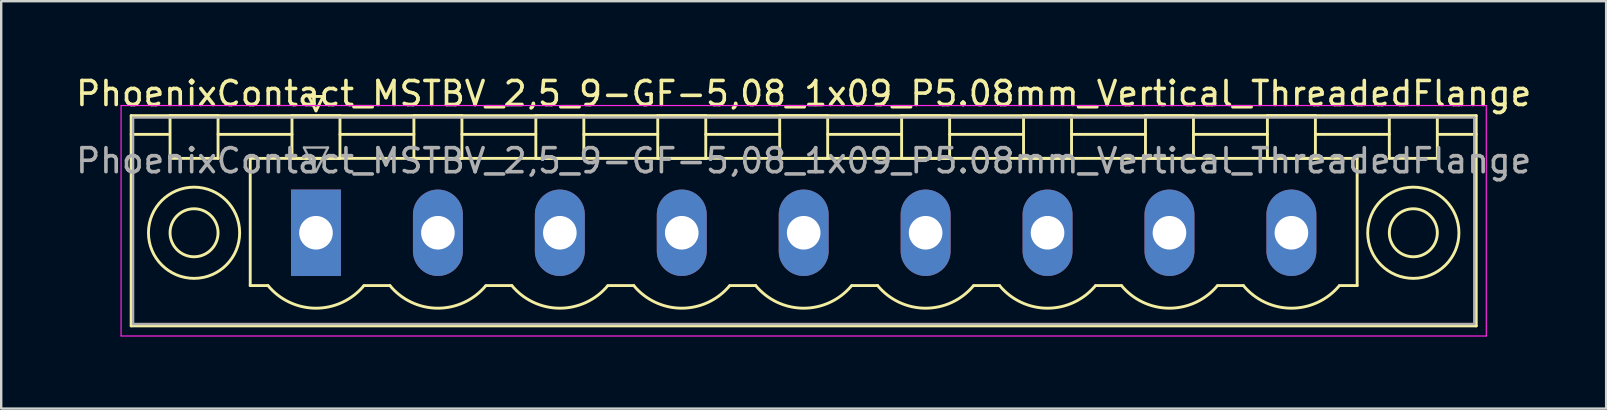
<source format=kicad_pcb>
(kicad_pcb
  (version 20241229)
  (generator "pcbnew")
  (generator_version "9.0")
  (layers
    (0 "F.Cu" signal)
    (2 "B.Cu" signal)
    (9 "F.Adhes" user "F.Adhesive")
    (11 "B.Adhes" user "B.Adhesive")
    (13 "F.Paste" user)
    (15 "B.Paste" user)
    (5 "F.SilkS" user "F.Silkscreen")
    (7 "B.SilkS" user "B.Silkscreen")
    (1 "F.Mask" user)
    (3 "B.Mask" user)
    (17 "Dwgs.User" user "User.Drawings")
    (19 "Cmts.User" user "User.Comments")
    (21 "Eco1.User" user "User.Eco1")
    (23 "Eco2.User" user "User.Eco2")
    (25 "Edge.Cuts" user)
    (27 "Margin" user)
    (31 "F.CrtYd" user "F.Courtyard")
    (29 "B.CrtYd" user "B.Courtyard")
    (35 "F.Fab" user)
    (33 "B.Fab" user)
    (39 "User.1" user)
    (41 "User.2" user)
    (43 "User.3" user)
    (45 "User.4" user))
  (footprint "PhoenixContact_MSTBV_2,5_9-GF-5,08_1x09_P5.08mm_Vertical_ThreadedFlange"
    (layer "F.Cu")
    (at 10.115 6.648)
    (property "Reference" "PhoenixContact_MSTBV_2,5_9-GF-5,08_1x09_P5.08mm_Vertical_ThreadedFlange" (at 20.32 -5.8 0) (layer "F.SilkS") (effects (font (size 1 1) (thickness 0.15))))
    (attr through_hole)
    (fp_line (start -7.7 -4.88) (end -7.7 3.88) (stroke (width 0.12) (type solid)) (layer "F.SilkS"))
    (fp_line (start -7.7 -4.1) (end -6.16 -4.1) (stroke (width 0.12) (type solid)) (layer "F.SilkS"))
    (fp_line (start -7.7 3.88) (end 48.34 3.88) (stroke (width 0.12) (type solid)) (layer "F.SilkS"))
    (fp_line (start -6.08 -4.88) (end -4.08 -4.88) (stroke (width 0.12) (type solid)) (layer "F.SilkS"))
    (fp_line (start -6.08 -3.1) (end -6.08 -4.88) (stroke (width 0.12) (type solid)) (layer "F.SilkS"))
    (fp_line (start -4.08 -4.88) (end -4.08 -3.1) (stroke (width 0.12) (type solid)) (layer "F.SilkS"))
    (fp_line (start -4.08 -4.1) (end -1 -4.1) (stroke (width 0.12) (type solid)) (layer "F.SilkS"))
    (fp_line (start -4.08 -3.1) (end -6.08 -3.1) (stroke (width 0.12) (type solid)) (layer "F.SilkS"))
    (fp_line (start -2.74 -3.1) (end 43.38 -3.1) (stroke (width 0.12) (type solid)) (layer "F.SilkS"))
    (fp_line (start -2.74 2.2) (end -2.74 -3.1) (stroke (width 0.12) (type solid)) (layer "F.SilkS"))
    (fp_line (start -2 2.2) (end -2.74 2.2) (stroke (width 0.12) (type solid)) (layer "F.SilkS"))
    (fp_line (start -1 -4.88) (end 1 -4.88) (stroke (width 0.12) (type solid)) (layer "F.SilkS"))
    (fp_line (start -1 -3.1) (end -1 -4.88) (stroke (width 0.12) (type solid)) (layer "F.SilkS"))
    (fp_line (start -0.3 -5.68) (end 0.3 -5.68) (stroke (width 0.12) (type solid)) (layer "F.SilkS"))
    (fp_line (start 0 -5.08) (end -0.3 -5.68) (stroke (width 0.12) (type solid)) (layer "F.SilkS"))
    (fp_line (start 0.3 -5.68) (end 0 -5.08) (stroke (width 0.12) (type solid)) (layer "F.SilkS"))
    (fp_line (start 1 -4.88) (end 1 -3.1) (stroke (width 0.12) (type solid)) (layer "F.SilkS"))
    (fp_line (start 1 -4.1) (end 4.08 -4.1) (stroke (width 0.12) (type solid)) (layer "F.SilkS"))
    (fp_line (start 1 -3.1) (end -1 -3.1) (stroke (width 0.12) (type solid)) (layer "F.SilkS"))
    (fp_line (start 2 2.2) (end 3.08 2.2) (stroke (width 0.12) (type solid)) (layer "F.SilkS"))
    (fp_line (start 4.08 -4.88) (end 6.08 -4.88) (stroke (width 0.12) (type solid)) (layer "F.SilkS"))
    (fp_line (start 4.08 -3.1) (end 4.08 -4.88) (stroke (width 0.12) (type solid)) (layer "F.SilkS"))
    (fp_line (start 6.08 -4.88) (end 6.08 -3.1) (stroke (width 0.12) (type solid)) (layer "F.SilkS"))
    (fp_line (start 6.08 -4.1) (end 9.16 -4.1) (stroke (width 0.12) (type solid)) (layer "F.SilkS"))
    (fp_line (start 6.08 -3.1) (end 4.08 -3.1) (stroke (width 0.12) (type solid)) (layer "F.SilkS"))
    (fp_line (start 7.08 2.2) (end 8.16 2.2) (stroke (width 0.12) (type solid)) (layer "F.SilkS"))
    (fp_line (start 9.16 -4.88) (end 11.16 -4.88) (stroke (width 0.12) (type solid)) (layer "F.SilkS"))
    (fp_line (start 9.16 -3.1) (end 9.16 -4.88) (stroke (width 0.12) (type solid)) (layer "F.SilkS"))
    (fp_line (start 11.16 -4.88) (end 11.16 -3.1) (stroke (width 0.12) (type solid)) (layer "F.SilkS"))
    (fp_line (start 11.16 -4.1) (end 14.24 -4.1) (stroke (width 0.12) (type solid)) (layer "F.SilkS"))
    (fp_line (start 11.16 -3.1) (end 9.16 -3.1) (stroke (width 0.12) (type solid)) (layer "F.SilkS"))
    (fp_line (start 12.16 2.2) (end 13.24 2.2) (stroke (width 0.12) (type solid)) (layer "F.SilkS"))
    (fp_line (start 14.24 -4.88) (end 16.24 -4.88) (stroke (width 0.12) (type solid)) (layer "F.SilkS"))
    (fp_line (start 14.24 -3.1) (end 14.24 -4.88) (stroke (width 0.12) (type solid)) (layer "F.SilkS"))
    (fp_line (start 16.24 -4.88) (end 16.24 -3.1) (stroke (width 0.12) (type solid)) (layer "F.SilkS"))
    (fp_line (start 16.24 -4.1) (end 19.32 -4.1) (stroke (width 0.12) (type solid)) (layer "F.SilkS"))
    (fp_line (start 16.24 -3.1) (end 14.24 -3.1) (stroke (width 0.12) (type solid)) (layer "F.SilkS"))
    (fp_line (start 17.24 2.2) (end 18.32 2.2) (stroke (width 0.12) (type solid)) (layer "F.SilkS"))
    (fp_line (start 19.32 -4.88) (end 21.32 -4.88) (stroke (width 0.12) (type solid)) (layer "F.SilkS"))
    (fp_line (start 19.32 -3.1) (end 19.32 -4.88) (stroke (width 0.12) (type solid)) (layer "F.SilkS"))
    (fp_line (start 21.32 -4.88) (end 21.32 -3.1) (stroke (width 0.12) (type solid)) (layer "F.SilkS"))
    (fp_line (start 21.32 -4.1) (end 24.4 -4.1) (stroke (width 0.12) (type solid)) (layer "F.SilkS"))
    (fp_line (start 21.32 -3.1) (end 19.32 -3.1) (stroke (width 0.12) (type solid)) (layer "F.SilkS"))
    (fp_line (start 22.32 2.2) (end 23.4 2.2) (stroke (width 0.12) (type solid)) (layer "F.SilkS"))
    (fp_line (start 24.4 -4.88) (end 26.4 -4.88) (stroke (width 0.12) (type solid)) (layer "F.SilkS"))
    (fp_line (start 24.4 -3.1) (end 24.4 -4.88) (stroke (width 0.12) (type solid)) (layer "F.SilkS"))
    (fp_line (start 26.4 -4.88) (end 26.4 -3.1) (stroke (width 0.12) (type solid)) (layer "F.SilkS"))
    (fp_line (start 26.4 -4.1) (end 29.48 -4.1) (stroke (width 0.12) (type solid)) (layer "F.SilkS"))
    (fp_line (start 26.4 -3.1) (end 24.4 -3.1) (stroke (width 0.12) (type solid)) (layer "F.SilkS"))
    (fp_line (start 27.4 2.2) (end 28.48 2.2) (stroke (width 0.12) (type solid)) (layer "F.SilkS"))
    (fp_line (start 29.48 -4.88) (end 31.48 -4.88) (stroke (width 0.12) (type solid)) (layer "F.SilkS"))
    (fp_line (start 29.48 -3.1) (end 29.48 -4.88) (stroke (width 0.12) (type solid)) (layer "F.SilkS"))
    (fp_line (start 31.48 -4.88) (end 31.48 -3.1) (stroke (width 0.12) (type solid)) (layer "F.SilkS"))
    (fp_line (start 31.48 -4.1) (end 34.56 -4.1) (stroke (width 0.12) (type solid)) (layer "F.SilkS"))
    (fp_line (start 31.48 -3.1) (end 29.48 -3.1) (stroke (width 0.12) (type solid)) (layer "F.SilkS"))
    (fp_line (start 32.48 2.2) (end 33.56 2.2) (stroke (width 0.12) (type solid)) (layer "F.SilkS"))
    (fp_line (start 34.56 -4.88) (end 36.56 -4.88) (stroke (width 0.12) (type solid)) (layer "F.SilkS"))
    (fp_line (start 34.56 -3.1) (end 34.56 -4.88) (stroke (width 0.12) (type solid)) (layer "F.SilkS"))
    (fp_line (start 36.56 -4.88) (end 36.56 -3.1) (stroke (width 0.12) (type solid)) (layer "F.SilkS"))
    (fp_line (start 36.56 -4.1) (end 39.64 -4.1) (stroke (width 0.12) (type solid)) (layer "F.SilkS"))
    (fp_line (start 36.56 -3.1) (end 34.56 -3.1) (stroke (width 0.12) (type solid)) (layer "F.SilkS"))
    (fp_line (start 37.56 2.2) (end 38.64 2.2) (stroke (width 0.12) (type solid)) (layer "F.SilkS"))
    (fp_line (start 39.64 -4.88) (end 41.64 -4.88) (stroke (width 0.12) (type solid)) (layer "F.SilkS"))
    (fp_line (start 39.64 -3.1) (end 39.64 -4.88) (stroke (width 0.12) (type solid)) (layer "F.SilkS"))
    (fp_line (start 41.64 -4.88) (end 41.64 -3.1) (stroke (width 0.12) (type solid)) (layer "F.SilkS"))
    (fp_line (start 41.64 -4.1) (end 44.72 -4.1) (stroke (width 0.12) (type solid)) (layer "F.SilkS"))
    (fp_line (start 41.64 -3.1) (end 39.64 -3.1) (stroke (width 0.12) (type solid)) (layer "F.SilkS"))
    (fp_line (start 43.38 -3.1) (end 43.38 2.2) (stroke (width 0.12) (type solid)) (layer "F.SilkS"))
    (fp_line (start 43.38 2.2) (end 42.64 2.2) (stroke (width 0.12) (type solid)) (layer "F.SilkS"))
    (fp_line (start 44.72 -4.88) (end 46.72 -4.88) (stroke (width 0.12) (type solid)) (layer "F.SilkS"))
    (fp_line (start 44.72 -3.1) (end 44.72 -4.88) (stroke (width 0.12) (type solid)) (layer "F.SilkS"))
    (fp_line (start 46.72 -4.88) (end 46.72 -3.1) (stroke (width 0.12) (type solid)) (layer "F.SilkS"))
    (fp_line (start 46.72 -3.1) (end 44.72 -3.1) (stroke (width 0.12) (type solid)) (layer "F.SilkS"))
    (fp_line (start 48.34 -4.88) (end -7.7 -4.88) (stroke (width 0.12) (type solid)) (layer "F.SilkS"))
    (fp_line (start 48.34 -4.1) (end 46.8 -4.1) (stroke (width 0.12) (type solid)) (layer "F.SilkS"))
    (fp_line (start 48.34 3.88) (end 48.34 -4.88) (stroke (width 0.12) (type solid)) (layer "F.SilkS"))
    (fp_arc (start 1.986842 2.215821) (mid -0.010289 3.142758) (end -2 2.2) (stroke (width 0.12) (type solid)) (layer "F.SilkS"))
    (fp_arc (start 7.066842 2.215821) (mid 5.069711 3.142758) (end 3.08 2.2) (stroke (width 0.12) (type solid)) (layer "F.SilkS"))
    (fp_arc (start 12.146842 2.215821) (mid 10.149711 3.142758) (end 8.16 2.2) (stroke (width 0.12) (type solid)) (layer "F.SilkS"))
    (fp_arc (start 17.226842 2.215821) (mid 15.229711 3.142758) (end 13.24 2.2) (stroke (width 0.12) (type solid)) (layer "F.SilkS"))
    (fp_arc (start 22.306842 2.215821) (mid 20.309711 3.142758) (end 18.32 2.2) (stroke (width 0.12) (type solid)) (layer "F.SilkS"))
    (fp_arc (start 27.386842 2.215821) (mid 25.389711 3.142758) (end 23.4 2.2) (stroke (width 0.12) (type solid)) (layer "F.SilkS"))
    (fp_arc (start 32.466842 2.215821) (mid 30.469711 3.142758) (end 28.48 2.2) (stroke (width 0.12) (type solid)) (layer "F.SilkS"))
    (fp_arc (start 37.546842 2.215821) (mid 35.549711 3.142758) (end 33.56 2.2) (stroke (width 0.12) (type solid)) (layer "F.SilkS"))
    (fp_arc (start 42.626842 2.215821) (mid 40.629711 3.142758) (end 38.64 2.2) (stroke (width 0.12) (type solid)) (layer "F.SilkS"))
    (fp_circle (center -5.08 0) (end -4.08 0) (stroke (width 0.12) (type solid)) (fill no) (layer "F.SilkS"))
    (fp_circle (center -5.08 0) (end -3.18 0) (stroke (width 0.12) (type solid)) (fill no) (layer "F.SilkS"))
    (fp_circle (center 45.72 0) (end 46.72 0) (stroke (width 0.12) (type solid)) (fill no) (layer "F.SilkS"))
    (fp_circle (center 45.72 0) (end 47.62 0) (stroke (width 0.12) (type solid)) (fill no) (layer "F.SilkS"))
    (fp_line (start -8.12 -5.3) (end -8.12 4.3) (stroke (width 0.05) (type solid)) (layer "F.CrtYd"))
    (fp_line (start -8.12 4.3) (end 48.76 4.3) (stroke (width 0.05) (type solid)) (layer "F.CrtYd"))
    (fp_line (start 48.76 -5.3) (end -8.12 -5.3) (stroke (width 0.05) (type solid)) (layer "F.CrtYd"))
    (fp_line (start 48.76 4.3) (end 48.76 -5.3) (stroke (width 0.05) (type solid)) (layer "F.CrtYd"))
    (fp_line (start -7.62 -4.8) (end -7.62 3.8) (stroke (width 0.1) (type solid)) (layer "F.Fab"))
    (fp_line (start -7.62 3.8) (end 48.26 3.8) (stroke (width 0.1) (type solid)) (layer "F.Fab"))
    (fp_line (start -0.5 -3.55) (end 0.5 -3.55) (stroke (width 0.1) (type solid)) (layer "F.Fab"))
    (fp_line (start 0 -2.55) (end -0.5 -3.55) (stroke (width 0.1) (type solid)) (layer "F.Fab"))
    (fp_line (start 0.5 -3.55) (end 0 -2.55) (stroke (width 0.1) (type solid)) (layer "F.Fab"))
    (fp_line (start 48.26 -4.8) (end -7.62 -4.8) (stroke (width 0.1) (type solid)) (layer "F.Fab"))
    (fp_line (start 48.26 3.8) (end 48.26 -4.8) (stroke (width 0.1) (type solid)) (layer "F.Fab"))
    (fp_text user "${REFERENCE}" (at 20.32 -3 0) (layer "F.Fab") (effects (font (size 1 1) (thickness 0.15))))
    (pad "1" thru_hole rect (at 0 0) (size 2.08 3.6) (drill 1.4) (layers "*.Cu" "*.Mask"))
    (pad "2" thru_hole oval (at 5.08 0) (size 2.08 3.6) (drill 1.4) (layers "*.Cu" "*.Mask"))
    (pad "3" thru_hole oval (at 10.16 0) (size 2.08 3.6) (drill 1.4) (layers "*.Cu" "*.Mask"))
    (pad "4" thru_hole oval (at 15.24 0) (size 2.08 3.6) (drill 1.4) (layers "*.Cu" "*.Mask"))
    (pad "5" thru_hole oval (at 20.32 0) (size 2.08 3.6) (drill 1.4) (layers "*.Cu" "*.Mask"))
    (pad "6" thru_hole oval (at 25.4 0) (size 2.08 3.6) (drill 1.4) (layers "*.Cu" "*.Mask"))
    (pad "7" thru_hole oval (at 30.48 0) (size 2.08 3.6) (drill 1.4) (layers "*.Cu" "*.Mask"))
    (pad "8" thru_hole oval (at 35.56 0) (size 2.08 3.6) (drill 1.4) (layers "*.Cu" "*.Mask"))
    (pad "9" thru_hole oval (at 40.64 0) (size 2.08 3.6) (drill 1.4) (layers "*.Cu" "*.Mask")))
  (gr_rect
    (start -3 -3)
    (end 63.869 13.973)
    (stroke (width 0.1) (type default))
    (fill no)
    (layer "Edge.Cuts")))
</source>
